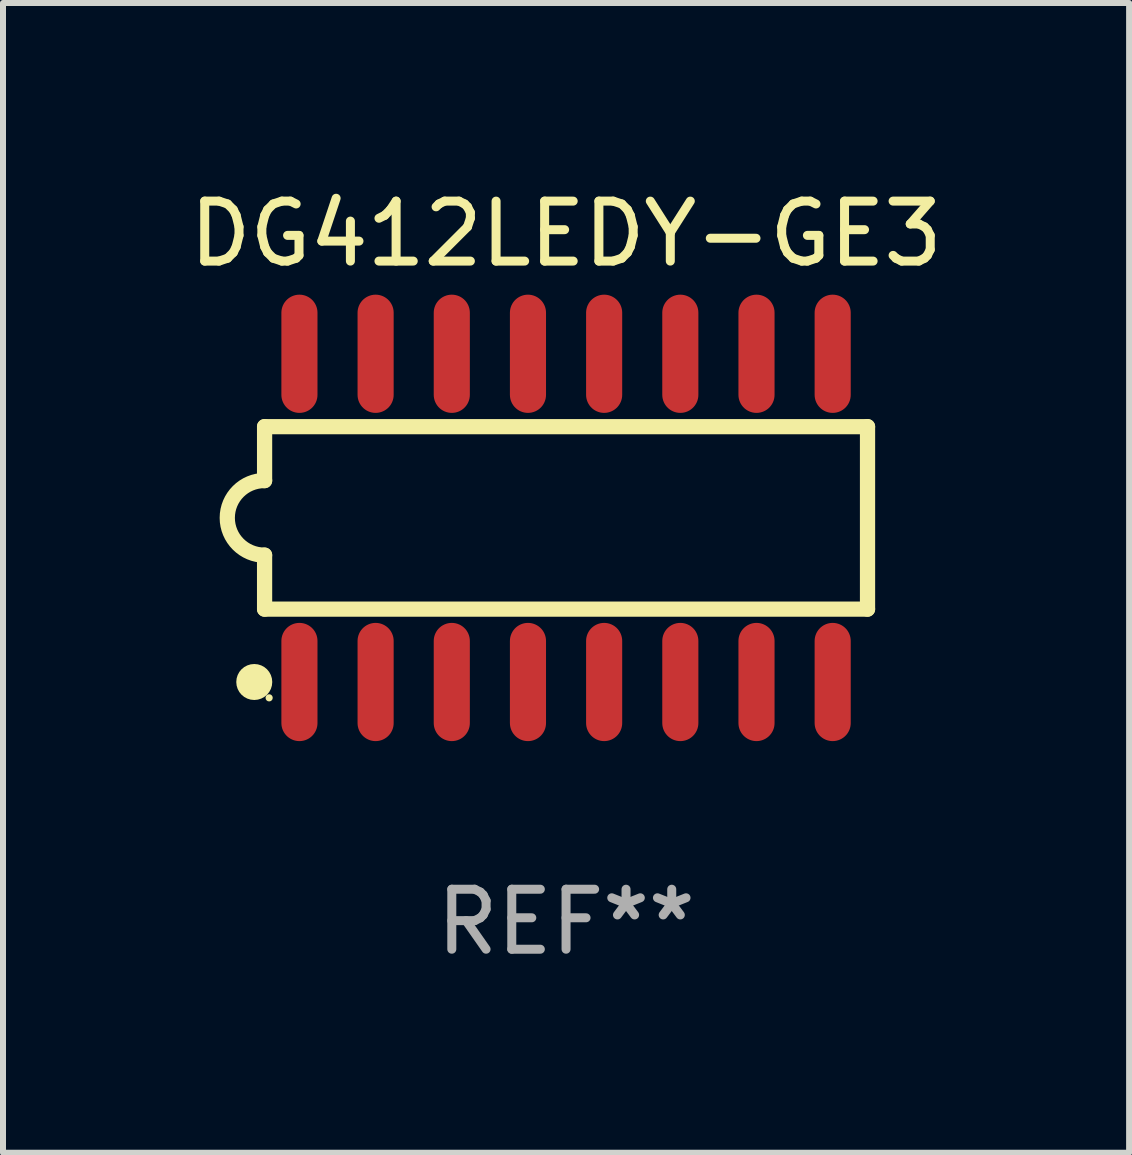
<source format=kicad_pcb>
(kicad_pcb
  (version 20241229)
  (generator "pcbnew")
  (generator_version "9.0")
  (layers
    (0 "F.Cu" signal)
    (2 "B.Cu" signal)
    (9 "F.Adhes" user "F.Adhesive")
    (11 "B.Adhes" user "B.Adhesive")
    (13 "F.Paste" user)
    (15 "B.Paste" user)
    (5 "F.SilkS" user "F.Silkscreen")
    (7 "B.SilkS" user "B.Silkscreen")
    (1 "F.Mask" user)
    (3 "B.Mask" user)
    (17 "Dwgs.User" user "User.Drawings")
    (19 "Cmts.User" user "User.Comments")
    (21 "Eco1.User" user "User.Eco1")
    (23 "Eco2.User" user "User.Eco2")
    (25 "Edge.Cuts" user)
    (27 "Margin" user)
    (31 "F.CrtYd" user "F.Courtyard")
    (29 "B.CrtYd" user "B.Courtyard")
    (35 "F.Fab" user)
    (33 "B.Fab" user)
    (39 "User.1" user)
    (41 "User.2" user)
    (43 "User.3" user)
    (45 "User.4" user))
  (footprint "DG412LEDY-GE3"
    (layer "F.Cu")
    (at 6.387 5.584)
    (property "Reference" "DG412LEDY-GE3" (at 0 -4.736 0) (layer "F.SilkS") (effects (font (size 1 1) (thickness 0.15))))
    (attr through_hole)
    (fp_line (start -5.026 -1.521) (end -5.026 -0.621) (stroke (width 0.254) (type solid)) (layer "F.SilkS"))
    (fp_line (start -5.026 -1.521) (end 5.026 -1.521) (stroke (width 0.254) (type solid)) (layer "F.SilkS"))
    (fp_line (start -5.026 1.521) (end -5.026 0.621) (stroke (width 0.254) (type solid)) (layer "F.SilkS"))
    (fp_line (start 5.026 -1.521) (end 5.026 1.521) (stroke (width 0.254) (type solid)) (layer "F.SilkS"))
    (fp_line (start 5.026 1.521) (end -5.026 1.521) (stroke (width 0.254) (type solid)) (layer "F.SilkS"))
    (fp_arc (start -5.026187 0.621387) (mid -5.647752 -0.000787) (end -5.025781 -0.622555) (stroke (width 0.254001) (type solid)) (layer "F.SilkS"))
    (fp_circle (center -5.198 2.736) (end -5.048 2.736) (stroke (width 0.3) (type solid)) (fill no) (layer "F.SilkS"))
    (fp_circle (center -4.95 3) (end -4.92 3) (stroke (width 0.06) (type solid)) (fill no) (layer "F.SilkS"))
    (fp_text user "REF**" (at 0 6.736 0) (layer "F.Fab") (effects (font (size 1 1) (thickness 0.15))))
    (pad "1" smd oval (at -4.445 2.736) (size 0.602 1.971) (layers "F.Cu" "F.Mask" "F.Paste"))
    (pad "2" smd oval (at -3.175 2.736) (size 0.602 1.971) (layers "F.Cu" "F.Mask" "F.Paste"))
    (pad "3" smd oval (at -1.905 2.736) (size 0.602 1.971) (layers "F.Cu" "F.Mask" "F.Paste"))
    (pad "4" smd oval (at -0.635 2.736) (size 0.602 1.971) (layers "F.Cu" "F.Mask" "F.Paste"))
    (pad "5" smd oval (at 0.635 2.736) (size 0.602 1.971) (layers "F.Cu" "F.Mask" "F.Paste"))
    (pad "6" smd oval (at 1.905 2.736) (size 0.602 1.971) (layers "F.Cu" "F.Mask" "F.Paste"))
    (pad "7" smd oval (at 3.175 2.736) (size 0.602 1.971) (layers "F.Cu" "F.Mask" "F.Paste"))
    (pad "8" smd oval (at 4.445 2.736) (size 0.602 1.971) (layers "F.Cu" "F.Mask" "F.Paste"))
    (pad "9" smd oval (at 4.445 -2.736) (size 0.602 1.971) (layers "F.Cu" "F.Mask" "F.Paste"))
    (pad "10" smd oval (at 3.175 -2.736) (size 0.602 1.971) (layers "F.Cu" "F.Mask" "F.Paste"))
    (pad "11" smd oval (at 1.905 -2.736) (size 0.602 1.971) (layers "F.Cu" "F.Mask" "F.Paste"))
    (pad "12" smd oval (at 0.635 -2.736) (size 0.602 1.971) (layers "F.Cu" "F.Mask" "F.Paste"))
    (pad "13" smd oval (at -0.635 -2.736) (size 0.602 1.971) (layers "F.Cu" "F.Mask" "F.Paste"))
    (pad "14" smd oval (at -1.905 -2.736) (size 0.602 1.971) (layers "F.Cu" "F.Mask" "F.Paste"))
    (pad "15" smd oval (at -3.175 -2.736) (size 0.602 1.971) (layers "F.Cu" "F.Mask" "F.Paste"))
    (pad "16" smd oval (at -4.445 -2.736) (size 0.602 1.971) (layers "F.Cu" "F.Mask" "F.Paste")))
  (gr_rect
    (start -3 -3)
    (end 15.774 16.168)
    (stroke (width 0.1) (type default))
    (fill no)
    (layer "Edge.Cuts")))
</source>
